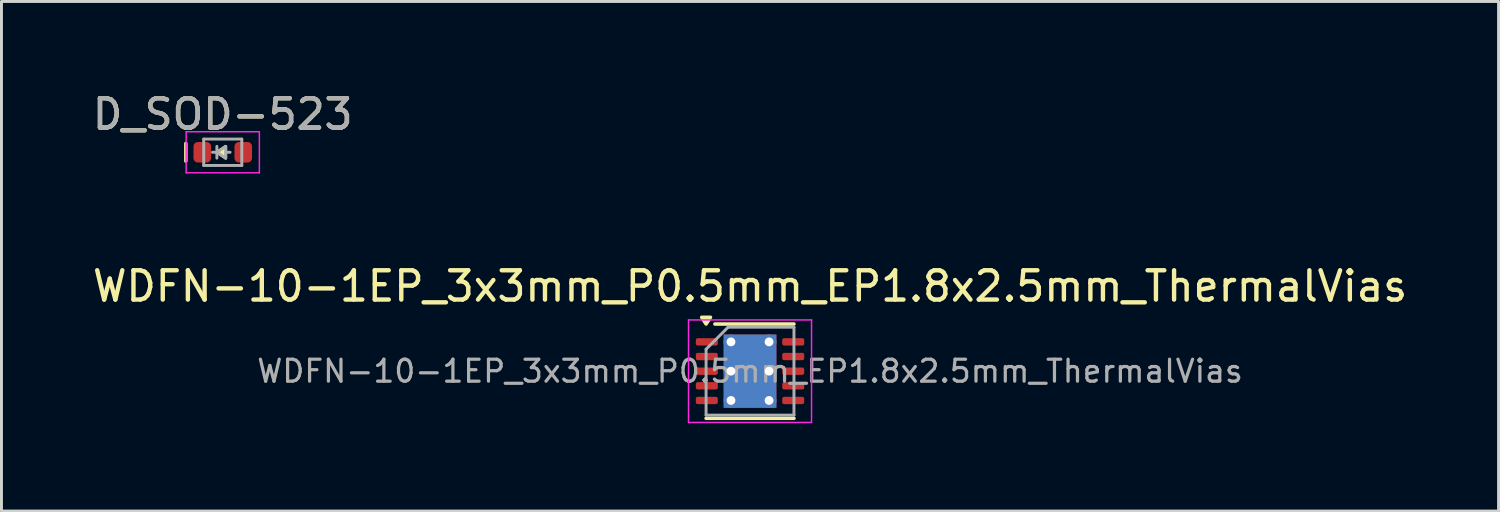
<source format=kicad_pcb>
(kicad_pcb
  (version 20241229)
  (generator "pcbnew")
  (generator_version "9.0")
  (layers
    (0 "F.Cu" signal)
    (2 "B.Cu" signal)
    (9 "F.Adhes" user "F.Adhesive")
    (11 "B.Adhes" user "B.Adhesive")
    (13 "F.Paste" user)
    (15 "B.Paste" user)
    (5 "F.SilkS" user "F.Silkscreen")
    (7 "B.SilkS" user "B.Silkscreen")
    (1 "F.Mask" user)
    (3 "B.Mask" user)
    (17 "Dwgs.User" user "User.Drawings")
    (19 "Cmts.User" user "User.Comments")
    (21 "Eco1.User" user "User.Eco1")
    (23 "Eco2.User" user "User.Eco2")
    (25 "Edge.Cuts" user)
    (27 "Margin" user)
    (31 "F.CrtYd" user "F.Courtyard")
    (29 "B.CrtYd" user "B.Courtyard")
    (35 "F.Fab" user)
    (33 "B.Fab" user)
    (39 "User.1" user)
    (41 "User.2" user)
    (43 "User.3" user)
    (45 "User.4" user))
  (footprint "D_SOD-523"
    (layer "F.Cu")
    (at 4.554 2.148)
    (property "Reference" "D_SOD-523" (at 0 -1.3 0) (layer "F.SilkS") (effects (font (size 1 1) (thickness 0.15))))
    (attr smd)
    (fp_line (start -1.26 -0.3) (end -1.26 0.3) (stroke (width 0.12) (type solid)) (layer "F.SilkS"))
    (fp_poly (pts (xy -0.2 0) (xy 0.1 -0.2) (xy 0.1 0.2)) (stroke (width 0.1) (type solid)) (fill yes) (layer "F.SilkS"))
    (fp_line (start -1.25 -0.7) (end 1.25 -0.7) (stroke (width 0.05) (type solid)) (layer "F.CrtYd"))
    (fp_line (start -1.25 0.7) (end -1.25 -0.7) (stroke (width 0.05) (type solid)) (layer "F.CrtYd"))
    (fp_line (start 1.25 -0.7) (end 1.25 0.7) (stroke (width 0.05) (type solid)) (layer "F.CrtYd"))
    (fp_line (start 1.25 0.7) (end -1.25 0.7) (stroke (width 0.05) (type solid)) (layer "F.CrtYd"))
    (fp_line (start -0.65 -0.45) (end 0.65 -0.45) (stroke (width 0.1) (type solid)) (layer "F.Fab"))
    (fp_line (start -0.65 0.45) (end -0.65 -0.45) (stroke (width 0.1) (type solid)) (layer "F.Fab"))
    (fp_line (start -0.2 0) (end -0.35 0) (stroke (width 0.1) (type solid)) (layer "F.Fab"))
    (fp_line (start -0.2 0) (end 0.1 0.2) (stroke (width 0.1) (type solid)) (layer "F.Fab"))
    (fp_line (start -0.2 0.2) (end -0.2 -0.2) (stroke (width 0.1) (type solid)) (layer "F.Fab"))
    (fp_line (start 0.1 -0.2) (end -0.2 0) (stroke (width 0.1) (type solid)) (layer "F.Fab"))
    (fp_line (start 0.1 0) (end 0.25 0) (stroke (width 0.1) (type solid)) (layer "F.Fab"))
    (fp_line (start 0.1 0.2) (end 0.1 -0.2) (stroke (width 0.1) (type solid)) (layer "F.Fab"))
    (fp_line (start 0.65 -0.45) (end 0.65 0.45) (stroke (width 0.1) (type solid)) (layer "F.Fab"))
    (fp_line (start 0.65 0.45) (end -0.65 0.45) (stroke (width 0.1) (type solid)) (layer "F.Fab"))
    (fp_text user "${REFERENCE}" (at 0 -1.3 0) (layer "F.Fab") (effects (font (size 1 1) (thickness 0.15))))
    (pad "1" smd roundrect (at -0.7 0 180) (size 0.6 0.7) (layers "F.Cu" "F.Mask" "F.Paste") (roundrect_rratio 0.25))
    (pad "2" smd roundrect (at 0.7 0 180) (size 0.6 0.7) (layers "F.Cu" "F.Mask" "F.Paste") (roundrect_rratio 0.25)))
  (footprint "WDFN-10-1EP_3x3mm_P0.5mm_EP1.8x2.5mm_ThermalVias"
    (layer "F.Cu")
    (at 22.554 9.621)
    (property "Reference" "WDFN-10-1EP_3x3mm_P0.5mm_EP1.8x2.5mm_ThermalVias" (at 0 -2.9 0) (layer "F.SilkS") (effects (font (size 1 1) (thickness 0.15))))
    (attr smd)
    (fp_line (start -1.5 1.61) (end 1.5 1.61) (stroke (width 0.12) (type solid)) (layer "F.SilkS"))
    (fp_line (start -1.2 -1.61) (end 1.5 -1.61) (stroke (width 0.12) (type solid)) (layer "F.SilkS"))
    (fp_poly (pts (xy -1.65 -1.84) (xy -1.35 -1.84) (xy -1.5 -1.61)) (stroke (width 0.12) (type solid)) (fill yes) (layer "F.SilkS"))
    (fp_line (start -2.1 -1.75) (end -2.1 1.75) (stroke (width 0.05) (type solid)) (layer "F.CrtYd"))
    (fp_line (start -2.1 1.75) (end 2.1 1.75) (stroke (width 0.05) (type solid)) (layer "F.CrtYd"))
    (fp_line (start 2.1 -1.75) (end -2.1 -1.75) (stroke (width 0.05) (type solid)) (layer "F.CrtYd"))
    (fp_line (start 2.1 1.75) (end 2.1 -1.75) (stroke (width 0.05) (type solid)) (layer "F.CrtYd"))
    (fp_line (start -1.5 -0.75) (end -0.75 -1.5) (stroke (width 0.1) (type solid)) (layer "F.Fab"))
    (fp_line (start -1.5 1.5) (end -1.5 -0.75) (stroke (width 0.1) (type solid)) (layer "F.Fab"))
    (fp_line (start -0.75 -1.5) (end 1.5 -1.5) (stroke (width 0.1) (type solid)) (layer "F.Fab"))
    (fp_line (start 1.5 -1.5) (end 1.5 1.5) (stroke (width 0.1) (type solid)) (layer "F.Fab"))
    (fp_line (start 1.5 1.5) (end -1.5 1.5) (stroke (width 0.1) (type solid)) (layer "F.Fab"))
    (fp_text user "${REFERENCE}" (at 0 0 0) (layer "F.Fab") (effects (font (size 0.75 0.75) (thickness 0.11))))
    (pad "" smd roundrect (at -0.45 -0.625) (size 0.73 1.01) (layers "F.Paste") (roundrect_rratio 0.25))
    (pad "" smd roundrect (at -0.45 0.625) (size 0.73 1.01) (layers "F.Paste") (roundrect_rratio 0.25))
    (pad "" smd roundrect (at 0.45 -0.625) (size 0.73 1.01) (layers "F.Paste") (roundrect_rratio 0.25))
    (pad "" smd roundrect (at 0.45 0.625) (size 0.73 1.01) (layers "F.Paste") (roundrect_rratio 0.25))
    (pad "1" smd roundrect (at -1.475 -1) (size 0.75 0.25) (layers "F.Cu" "F.Mask" "F.Paste") (roundrect_rratio 0.25))
    (pad "2" smd roundrect (at -1.475 -0.5) (size 0.75 0.25) (layers "F.Cu" "F.Mask" "F.Paste") (roundrect_rratio 0.25))
    (pad "3" smd roundrect (at -1.475 0) (size 0.75 0.25) (layers "F.Cu" "F.Mask" "F.Paste") (roundrect_rratio 0.25))
    (pad "4" smd roundrect (at -1.475 0.5) (size 0.75 0.25) (layers "F.Cu" "F.Mask" "F.Paste") (roundrect_rratio 0.25))
    (pad "5" smd roundrect (at -1.475 1) (size 0.75 0.25) (layers "F.Cu" "F.Mask" "F.Paste") (roundrect_rratio 0.25))
    (pad "6" smd roundrect (at 1.475 1) (size 0.75 0.25) (layers "F.Cu" "F.Mask" "F.Paste") (roundrect_rratio 0.25))
    (pad "7" smd roundrect (at 1.475 0.5) (size 0.75 0.25) (layers "F.Cu" "F.Mask" "F.Paste") (roundrect_rratio 0.25))
    (pad "8" smd roundrect (at 1.475 0) (size 0.75 0.25) (layers "F.Cu" "F.Mask" "F.Paste") (roundrect_rratio 0.25))
    (pad "9" smd roundrect (at 1.475 -0.5) (size 0.75 0.25) (layers "F.Cu" "F.Mask" "F.Paste") (roundrect_rratio 0.25))
    (pad "10" smd roundrect (at 1.475 -1) (size 0.75 0.25) (layers "F.Cu" "F.Mask" "F.Paste") (roundrect_rratio 0.25))
    (pad "11" thru_hole circle (at -0.65 -1) (size 0.5 0.5) (drill 0.3) (property pad_prop_heatsink) (layers "*.Cu"))
    (pad "11" thru_hole circle (at -0.65 0) (size 0.5 0.5) (drill 0.3) (property pad_prop_heatsink) (layers "*.Cu"))
    (pad "11" thru_hole circle (at -0.65 1) (size 0.5 0.5) (drill 0.3) (property pad_prop_heatsink) (layers "*.Cu"))
    (pad "11" smd rect (at 0 0) (size 1.8 2.5) (property pad_prop_heatsink) (layers "F.Cu" "F.Mask"))
    (pad "11" smd rect (at 0 0) (size 1.8 2.5) (property pad_prop_heatsink) (layers "B.Cu"))
    (pad "11" thru_hole circle (at 0.65 -1) (size 0.5 0.5) (drill 0.3) (property pad_prop_heatsink) (layers "*.Cu"))
    (pad "11" thru_hole circle (at 0.65 0) (size 0.5 0.5) (drill 0.3) (property pad_prop_heatsink) (layers "*.Cu"))
    (pad "11" thru_hole circle (at 0.65 1) (size 0.5 0.5) (drill 0.3) (property pad_prop_heatsink) (layers "*.Cu")))
  (gr_rect
    (start -3 -3)
    (end 48.107 14.396)
    (stroke (width 0.1) (type default))
    (fill no)
    (layer "Edge.Cuts")))
</source>
